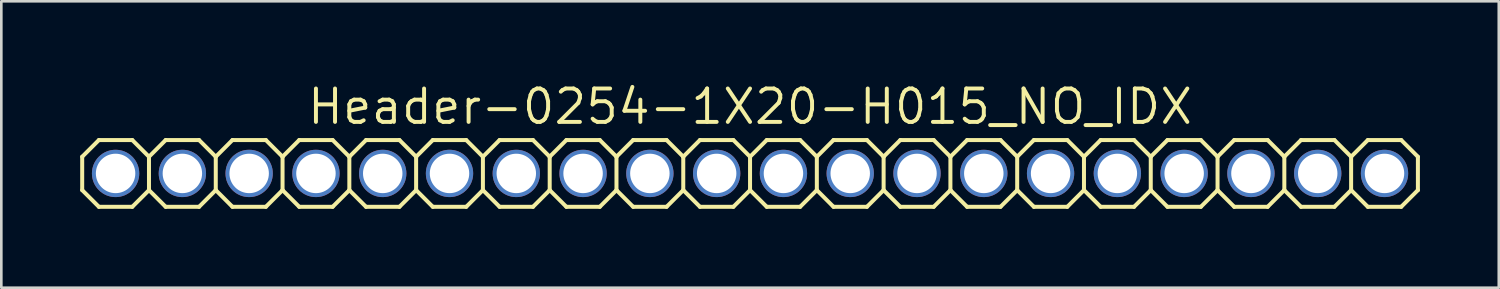
<source format=kicad_pcb>
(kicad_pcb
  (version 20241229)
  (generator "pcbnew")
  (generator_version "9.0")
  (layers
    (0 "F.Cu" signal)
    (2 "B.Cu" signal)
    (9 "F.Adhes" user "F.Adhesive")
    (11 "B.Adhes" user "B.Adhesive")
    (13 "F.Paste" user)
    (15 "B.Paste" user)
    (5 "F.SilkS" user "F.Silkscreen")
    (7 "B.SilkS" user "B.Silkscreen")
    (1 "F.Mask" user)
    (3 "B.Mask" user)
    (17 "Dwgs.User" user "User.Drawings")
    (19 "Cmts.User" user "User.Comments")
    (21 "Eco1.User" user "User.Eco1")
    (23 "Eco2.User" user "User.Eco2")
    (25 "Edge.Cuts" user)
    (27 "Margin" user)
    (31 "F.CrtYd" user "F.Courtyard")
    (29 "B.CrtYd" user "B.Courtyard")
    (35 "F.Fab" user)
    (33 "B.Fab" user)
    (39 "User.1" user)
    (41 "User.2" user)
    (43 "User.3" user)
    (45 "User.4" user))
  (footprint "Header-0254-1X20-H015_NO_IDX"
    (layer "F.Cu")
    (at 25.476 3.546)
    (property "Reference" "Header-0254-1X20-H015_NO_IDX" (at 0 -2.54 0) (layer "F.SilkS") (effects (font (size 1.27 1.27) (thickness 0.15))))
    (attr exclude_from_pos_files exclude_from_bom)
    (fp_line (start -25.4 -0.635) (end -25.4 0.635) (stroke (width 0.152) (type solid)) (layer "F.SilkS"))
    (fp_line (start -25.4 0.635) (end -24.765 1.27) (stroke (width 0.152) (type solid)) (layer "F.SilkS"))
    (fp_line (start -24.765 -1.27) (end -25.4 -0.635) (stroke (width 0.152) (type solid)) (layer "F.SilkS"))
    (fp_line (start -24.765 -1.27) (end -23.495 -1.27) (stroke (width 0.152) (type solid)) (layer "F.SilkS"))
    (fp_line (start -23.495 -1.27) (end -22.86 -0.635) (stroke (width 0.152) (type solid)) (layer "F.SilkS"))
    (fp_line (start -23.495 1.27) (end -24.765 1.27) (stroke (width 0.152) (type solid)) (layer "F.SilkS"))
    (fp_line (start -22.86 -0.635) (end -22.86 0.635) (stroke (width 0.152) (type solid)) (layer "F.SilkS"))
    (fp_line (start -22.86 -0.635) (end -22.225 -1.27) (stroke (width 0.152) (type solid)) (layer "F.SilkS"))
    (fp_line (start -22.86 0.635) (end -23.495 1.27) (stroke (width 0.152) (type solid)) (layer "F.SilkS"))
    (fp_line (start -22.225 -1.27) (end -20.955 -1.27) (stroke (width 0.152) (type solid)) (layer "F.SilkS"))
    (fp_line (start -22.225 1.27) (end -22.86 0.635) (stroke (width 0.152) (type solid)) (layer "F.SilkS"))
    (fp_line (start -20.955 -1.27) (end -20.32 -0.635) (stroke (width 0.152) (type solid)) (layer "F.SilkS"))
    (fp_line (start -20.955 1.27) (end -22.225 1.27) (stroke (width 0.152) (type solid)) (layer "F.SilkS"))
    (fp_line (start -20.32 -0.635) (end -20.32 0.635) (stroke (width 0.152) (type solid)) (layer "F.SilkS"))
    (fp_line (start -20.32 -0.635) (end -19.685 -1.27) (stroke (width 0.152) (type solid)) (layer "F.SilkS"))
    (fp_line (start -20.32 0.635) (end -20.955 1.27) (stroke (width 0.152) (type solid)) (layer "F.SilkS"))
    (fp_line (start -19.685 -1.27) (end -18.415 -1.27) (stroke (width 0.152) (type solid)) (layer "F.SilkS"))
    (fp_line (start -19.685 1.27) (end -20.32 0.635) (stroke (width 0.152) (type solid)) (layer "F.SilkS"))
    (fp_line (start -18.415 -1.27) (end -17.78 -0.635) (stroke (width 0.152) (type solid)) (layer "F.SilkS"))
    (fp_line (start -18.415 1.27) (end -19.685 1.27) (stroke (width 0.152) (type solid)) (layer "F.SilkS"))
    (fp_line (start -17.78 -0.635) (end -17.78 0.635) (stroke (width 0.152) (type solid)) (layer "F.SilkS"))
    (fp_line (start -17.78 0.635) (end -18.415 1.27) (stroke (width 0.152) (type solid)) (layer "F.SilkS"))
    (fp_line (start -17.78 0.635) (end -17.145 1.27) (stroke (width 0.152) (type solid)) (layer "F.SilkS"))
    (fp_line (start -17.145 -1.27) (end -17.78 -0.635) (stroke (width 0.152) (type solid)) (layer "F.SilkS"))
    (fp_line (start -17.145 -1.27) (end -15.875 -1.27) (stroke (width 0.152) (type solid)) (layer "F.SilkS"))
    (fp_line (start -15.875 -1.27) (end -15.24 -0.635) (stroke (width 0.152) (type solid)) (layer "F.SilkS"))
    (fp_line (start -15.875 1.27) (end -17.145 1.27) (stroke (width 0.152) (type solid)) (layer "F.SilkS"))
    (fp_line (start -15.24 -0.635) (end -15.24 0.635) (stroke (width 0.152) (type solid)) (layer "F.SilkS"))
    (fp_line (start -15.24 -0.635) (end -14.605 -1.27) (stroke (width 0.152) (type solid)) (layer "F.SilkS"))
    (fp_line (start -15.24 0.635) (end -15.875 1.27) (stroke (width 0.152) (type solid)) (layer "F.SilkS"))
    (fp_line (start -14.605 -1.27) (end -13.335 -1.27) (stroke (width 0.152) (type solid)) (layer "F.SilkS"))
    (fp_line (start -14.605 1.27) (end -15.24 0.635) (stroke (width 0.152) (type solid)) (layer "F.SilkS"))
    (fp_line (start -13.335 -1.27) (end -12.7 -0.635) (stroke (width 0.152) (type solid)) (layer "F.SilkS"))
    (fp_line (start -13.335 1.27) (end -14.605 1.27) (stroke (width 0.152) (type solid)) (layer "F.SilkS"))
    (fp_line (start -12.7 -0.635) (end -12.7 0.635) (stroke (width 0.152) (type solid)) (layer "F.SilkS"))
    (fp_line (start -12.7 -0.635) (end -12.065 -1.27) (stroke (width 0.152) (type solid)) (layer "F.SilkS"))
    (fp_line (start -12.7 0.635) (end -13.335 1.27) (stroke (width 0.152) (type solid)) (layer "F.SilkS"))
    (fp_line (start -12.065 -1.27) (end -10.795 -1.27) (stroke (width 0.152) (type solid)) (layer "F.SilkS"))
    (fp_line (start -12.065 1.27) (end -12.7 0.635) (stroke (width 0.152) (type solid)) (layer "F.SilkS"))
    (fp_line (start -10.795 -1.27) (end -10.16 -0.635) (stroke (width 0.152) (type solid)) (layer "F.SilkS"))
    (fp_line (start -10.795 1.27) (end -12.065 1.27) (stroke (width 0.152) (type solid)) (layer "F.SilkS"))
    (fp_line (start -10.16 -0.635) (end -10.16 0.635) (stroke (width 0.152) (type solid)) (layer "F.SilkS"))
    (fp_line (start -10.16 0.635) (end -10.795 1.27) (stroke (width 0.152) (type solid)) (layer "F.SilkS"))
    (fp_line (start -10.16 0.635) (end -9.525 1.27) (stroke (width 0.152) (type solid)) (layer "F.SilkS"))
    (fp_line (start -9.525 -1.27) (end -10.16 -0.635) (stroke (width 0.152) (type solid)) (layer "F.SilkS"))
    (fp_line (start -9.525 -1.27) (end -8.255 -1.27) (stroke (width 0.152) (type solid)) (layer "F.SilkS"))
    (fp_line (start -8.255 -1.27) (end -7.62 -0.635) (stroke (width 0.152) (type solid)) (layer "F.SilkS"))
    (fp_line (start -8.255 1.27) (end -9.525 1.27) (stroke (width 0.152) (type solid)) (layer "F.SilkS"))
    (fp_line (start -7.62 -0.635) (end -7.62 0.635) (stroke (width 0.152) (type solid)) (layer "F.SilkS"))
    (fp_line (start -7.62 -0.635) (end -6.985 -1.27) (stroke (width 0.152) (type solid)) (layer "F.SilkS"))
    (fp_line (start -7.62 0.635) (end -8.255 1.27) (stroke (width 0.152) (type solid)) (layer "F.SilkS"))
    (fp_line (start -6.985 -1.27) (end -5.715 -1.27) (stroke (width 0.152) (type solid)) (layer "F.SilkS"))
    (fp_line (start -6.985 1.27) (end -7.62 0.635) (stroke (width 0.152) (type solid)) (layer "F.SilkS"))
    (fp_line (start -5.715 -1.27) (end -5.08 -0.635) (stroke (width 0.152) (type solid)) (layer "F.SilkS"))
    (fp_line (start -5.715 1.27) (end -6.985 1.27) (stroke (width 0.152) (type solid)) (layer "F.SilkS"))
    (fp_line (start -5.08 -0.635) (end -5.08 0.635) (stroke (width 0.152) (type solid)) (layer "F.SilkS"))
    (fp_line (start -5.08 -0.635) (end -4.445 -1.27) (stroke (width 0.152) (type solid)) (layer "F.SilkS"))
    (fp_line (start -5.08 0.635) (end -5.715 1.27) (stroke (width 0.152) (type solid)) (layer "F.SilkS"))
    (fp_line (start -4.445 -1.27) (end -3.175 -1.27) (stroke (width 0.152) (type solid)) (layer "F.SilkS"))
    (fp_line (start -4.445 1.27) (end -5.08 0.635) (stroke (width 0.152) (type solid)) (layer "F.SilkS"))
    (fp_line (start -3.175 -1.27) (end -2.54 -0.635) (stroke (width 0.152) (type solid)) (layer "F.SilkS"))
    (fp_line (start -3.175 1.27) (end -4.445 1.27) (stroke (width 0.152) (type solid)) (layer "F.SilkS"))
    (fp_line (start -2.54 -0.635) (end -2.54 0.635) (stroke (width 0.152) (type solid)) (layer "F.SilkS"))
    (fp_line (start -2.54 0.635) (end -3.175 1.27) (stroke (width 0.152) (type solid)) (layer "F.SilkS"))
    (fp_line (start -2.54 0.635) (end -1.905 1.27) (stroke (width 0.152) (type solid)) (layer "F.SilkS"))
    (fp_line (start -1.905 -1.27) (end -2.54 -0.635) (stroke (width 0.152) (type solid)) (layer "F.SilkS"))
    (fp_line (start -1.905 -1.27) (end -0.635 -1.27) (stroke (width 0.152) (type solid)) (layer "F.SilkS"))
    (fp_line (start -0.635 -1.27) (end 0 -0.635) (stroke (width 0.152) (type solid)) (layer "F.SilkS"))
    (fp_line (start -0.635 1.27) (end -1.905 1.27) (stroke (width 0.152) (type solid)) (layer "F.SilkS"))
    (fp_line (start 0 -0.635) (end 0 0.635) (stroke (width 0.152) (type solid)) (layer "F.SilkS"))
    (fp_line (start 0 -0.635) (end 0.635 -1.27) (stroke (width 0.152) (type solid)) (layer "F.SilkS"))
    (fp_line (start 0 0.635) (end -0.635 1.27) (stroke (width 0.152) (type solid)) (layer "F.SilkS"))
    (fp_line (start 0.635 -1.27) (end 1.905 -1.27) (stroke (width 0.152) (type solid)) (layer "F.SilkS"))
    (fp_line (start 0.635 1.27) (end 0 0.635) (stroke (width 0.152) (type solid)) (layer "F.SilkS"))
    (fp_line (start 1.905 -1.27) (end 2.54 -0.635) (stroke (width 0.152) (type solid)) (layer "F.SilkS"))
    (fp_line (start 1.905 1.27) (end 0.635 1.27) (stroke (width 0.152) (type solid)) (layer "F.SilkS"))
    (fp_line (start 2.54 -0.635) (end 2.54 0.635) (stroke (width 0.152) (type solid)) (layer "F.SilkS"))
    (fp_line (start 2.54 -0.635) (end 3.175 -1.27) (stroke (width 0.152) (type solid)) (layer "F.SilkS"))
    (fp_line (start 2.54 0.635) (end 1.905 1.27) (stroke (width 0.152) (type solid)) (layer "F.SilkS"))
    (fp_line (start 3.175 -1.27) (end 4.445 -1.27) (stroke (width 0.152) (type solid)) (layer "F.SilkS"))
    (fp_line (start 3.175 1.27) (end 2.54 0.635) (stroke (width 0.152) (type solid)) (layer "F.SilkS"))
    (fp_line (start 4.445 -1.27) (end 5.08 -0.635) (stroke (width 0.152) (type solid)) (layer "F.SilkS"))
    (fp_line (start 4.445 1.27) (end 3.175 1.27) (stroke (width 0.152) (type solid)) (layer "F.SilkS"))
    (fp_line (start 5.08 -0.635) (end 5.08 0.635) (stroke (width 0.152) (type solid)) (layer "F.SilkS"))
    (fp_line (start 5.08 0.635) (end 4.445 1.27) (stroke (width 0.152) (type solid)) (layer "F.SilkS"))
    (fp_line (start 5.08 0.635) (end 5.715 1.27) (stroke (width 0.152) (type solid)) (layer "F.SilkS"))
    (fp_line (start 5.715 -1.27) (end 5.08 -0.635) (stroke (width 0.152) (type solid)) (layer "F.SilkS"))
    (fp_line (start 5.715 -1.27) (end 6.985 -1.27) (stroke (width 0.152) (type solid)) (layer "F.SilkS"))
    (fp_line (start 6.985 -1.27) (end 7.62 -0.635) (stroke (width 0.152) (type solid)) (layer "F.SilkS"))
    (fp_line (start 6.985 1.27) (end 5.715 1.27) (stroke (width 0.152) (type solid)) (layer "F.SilkS"))
    (fp_line (start 7.62 -0.635) (end 7.62 0.635) (stroke (width 0.152) (type solid)) (layer "F.SilkS"))
    (fp_line (start 7.62 -0.635) (end 8.255 -1.27) (stroke (width 0.152) (type solid)) (layer "F.SilkS"))
    (fp_line (start 7.62 0.635) (end 6.985 1.27) (stroke (width 0.152) (type solid)) (layer "F.SilkS"))
    (fp_line (start 8.255 -1.27) (end 9.525 -1.27) (stroke (width 0.152) (type solid)) (layer "F.SilkS"))
    (fp_line (start 8.255 1.27) (end 7.62 0.635) (stroke (width 0.152) (type solid)) (layer "F.SilkS"))
    (fp_line (start 9.525 -1.27) (end 10.16 -0.635) (stroke (width 0.152) (type solid)) (layer "F.SilkS"))
    (fp_line (start 9.525 1.27) (end 8.255 1.27) (stroke (width 0.152) (type solid)) (layer "F.SilkS"))
    (fp_line (start 10.16 -0.635) (end 10.16 0.635) (stroke (width 0.152) (type solid)) (layer "F.SilkS"))
    (fp_line (start 10.16 -0.635) (end 10.795 -1.27) (stroke (width 0.152) (type solid)) (layer "F.SilkS"))
    (fp_line (start 10.16 0.635) (end 9.525 1.27) (stroke (width 0.152) (type solid)) (layer "F.SilkS"))
    (fp_line (start 10.795 -1.27) (end 12.065 -1.27) (stroke (width 0.152) (type solid)) (layer "F.SilkS"))
    (fp_line (start 10.795 1.27) (end 10.16 0.635) (stroke (width 0.152) (type solid)) (layer "F.SilkS"))
    (fp_line (start 12.065 -1.27) (end 12.7 -0.635) (stroke (width 0.152) (type solid)) (layer "F.SilkS"))
    (fp_line (start 12.065 1.27) (end 10.795 1.27) (stroke (width 0.152) (type solid)) (layer "F.SilkS"))
    (fp_line (start 12.7 -0.635) (end 12.7 0.635) (stroke (width 0.152) (type solid)) (layer "F.SilkS"))
    (fp_line (start 12.7 0.635) (end 12.065 1.27) (stroke (width 0.152) (type solid)) (layer "F.SilkS"))
    (fp_line (start 12.7 0.635) (end 13.335 1.27) (stroke (width 0.152) (type solid)) (layer "F.SilkS"))
    (fp_line (start 13.335 -1.27) (end 12.7 -0.635) (stroke (width 0.152) (type solid)) (layer "F.SilkS"))
    (fp_line (start 13.335 -1.27) (end 14.605 -1.27) (stroke (width 0.152) (type solid)) (layer "F.SilkS"))
    (fp_line (start 14.605 -1.27) (end 15.24 -0.635) (stroke (width 0.152) (type solid)) (layer "F.SilkS"))
    (fp_line (start 14.605 1.27) (end 13.335 1.27) (stroke (width 0.152) (type solid)) (layer "F.SilkS"))
    (fp_line (start 15.24 -0.635) (end 15.24 0.635) (stroke (width 0.152) (type solid)) (layer "F.SilkS"))
    (fp_line (start 15.24 -0.635) (end 15.875 -1.27) (stroke (width 0.152) (type solid)) (layer "F.SilkS"))
    (fp_line (start 15.24 0.635) (end 14.605 1.27) (stroke (width 0.152) (type solid)) (layer "F.SilkS"))
    (fp_line (start 15.875 -1.27) (end 17.145 -1.27) (stroke (width 0.152) (type solid)) (layer "F.SilkS"))
    (fp_line (start 15.875 1.27) (end 15.24 0.635) (stroke (width 0.152) (type solid)) (layer "F.SilkS"))
    (fp_line (start 17.145 -1.27) (end 17.78 -0.635) (stroke (width 0.152) (type solid)) (layer "F.SilkS"))
    (fp_line (start 17.145 1.27) (end 15.875 1.27) (stroke (width 0.152) (type solid)) (layer "F.SilkS"))
    (fp_line (start 17.78 -0.635) (end 17.78 0.635) (stroke (width 0.152) (type solid)) (layer "F.SilkS"))
    (fp_line (start 17.78 -0.635) (end 18.415 -1.27) (stroke (width 0.152) (type solid)) (layer "F.SilkS"))
    (fp_line (start 17.78 0.635) (end 17.145 1.27) (stroke (width 0.152) (type solid)) (layer "F.SilkS"))
    (fp_line (start 18.415 -1.27) (end 19.685 -1.27) (stroke (width 0.152) (type solid)) (layer "F.SilkS"))
    (fp_line (start 18.415 1.27) (end 17.78 0.635) (stroke (width 0.152) (type solid)) (layer "F.SilkS"))
    (fp_line (start 19.685 -1.27) (end 20.32 -0.635) (stroke (width 0.152) (type solid)) (layer "F.SilkS"))
    (fp_line (start 19.685 1.27) (end 18.415 1.27) (stroke (width 0.152) (type solid)) (layer "F.SilkS"))
    (fp_line (start 20.32 -0.635) (end 20.32 0.635) (stroke (width 0.152) (type solid)) (layer "F.SilkS"))
    (fp_line (start 20.32 0.635) (end 19.685 1.27) (stroke (width 0.152) (type solid)) (layer "F.SilkS"))
    (fp_line (start 20.32 0.635) (end 20.955 1.27) (stroke (width 0.152) (type solid)) (layer "F.SilkS"))
    (fp_line (start 20.955 -1.27) (end 20.32 -0.635) (stroke (width 0.152) (type solid)) (layer "F.SilkS"))
    (fp_line (start 20.955 -1.27) (end 22.225 -1.27) (stroke (width 0.152) (type solid)) (layer "F.SilkS"))
    (fp_line (start 22.225 -1.27) (end 22.86 -0.635) (stroke (width 0.152) (type solid)) (layer "F.SilkS"))
    (fp_line (start 22.225 1.27) (end 20.955 1.27) (stroke (width 0.152) (type solid)) (layer "F.SilkS"))
    (fp_line (start 22.86 -0.635) (end 22.86 0.635) (stroke (width 0.152) (type solid)) (layer "F.SilkS"))
    (fp_line (start 22.86 0.635) (end 22.225 1.27) (stroke (width 0.152) (type solid)) (layer "F.SilkS"))
    (fp_line (start 22.86 0.635) (end 23.495 1.27) (stroke (width 0.152) (type solid)) (layer "F.SilkS"))
    (fp_line (start 23.495 -1.27) (end 22.86 -0.635) (stroke (width 0.152) (type solid)) (layer "F.SilkS"))
    (fp_line (start 23.495 -1.27) (end 24.765 -1.27) (stroke (width 0.152) (type solid)) (layer "F.SilkS"))
    (fp_line (start 24.765 -1.27) (end 25.4 -0.635) (stroke (width 0.152) (type solid)) (layer "F.SilkS"))
    (fp_line (start 24.765 1.27) (end 23.495 1.27) (stroke (width 0.152) (type solid)) (layer "F.SilkS"))
    (fp_line (start 25.4 -0.635) (end 25.4 0.635) (stroke (width 0.152) (type solid)) (layer "F.SilkS"))
    (fp_line (start 25.4 0.635) (end 24.765 1.27) (stroke (width 0.152) (type solid)) (layer "F.SilkS"))
    (pad "1" thru_hole circle (at -24.13 0 180) (size 1.8 1.8) (drill 1.5) (layers "*.Cu" "*.Mask"))
    (pad "2" thru_hole circle (at -21.59 0 180) (size 1.8 1.8) (drill 1.5) (layers "*.Cu" "*.Mask"))
    (pad "3" thru_hole circle (at -19.05 0 180) (size 1.8 1.8) (drill 1.5) (layers "*.Cu" "*.Mask"))
    (pad "4" thru_hole circle (at -16.51 0 180) (size 1.8 1.8) (drill 1.5) (layers "*.Cu" "*.Mask"))
    (pad "5" thru_hole circle (at -13.97 0 180) (size 1.8 1.8) (drill 1.5) (layers "*.Cu" "*.Mask"))
    (pad "6" thru_hole circle (at -11.43 0 180) (size 1.8 1.8) (drill 1.5) (layers "*.Cu" "*.Mask"))
    (pad "7" thru_hole circle (at -8.89 0 180) (size 1.8 1.8) (drill 1.5) (layers "*.Cu" "*.Mask"))
    (pad "8" thru_hole circle (at -6.35 0 180) (size 1.8 1.8) (drill 1.5) (layers "*.Cu" "*.Mask"))
    (pad "9" thru_hole circle (at -3.81 0 180) (size 1.8 1.8) (drill 1.5) (layers "*.Cu" "*.Mask"))
    (pad "10" thru_hole circle (at -1.27 0 180) (size 1.8 1.8) (drill 1.5) (layers "*.Cu" "*.Mask"))
    (pad "11" thru_hole circle (at 1.27 0 180) (size 1.8 1.8) (drill 1.5) (layers "*.Cu" "*.Mask"))
    (pad "12" thru_hole circle (at 3.81 0 180) (size 1.8 1.8) (drill 1.5) (layers "*.Cu" "*.Mask"))
    (pad "13" thru_hole circle (at 6.35 0 180) (size 1.8 1.8) (drill 1.5) (layers "*.Cu" "*.Mask"))
    (pad "14" thru_hole circle (at 8.89 0 180) (size 1.8 1.8) (drill 1.5) (layers "*.Cu" "*.Mask"))
    (pad "15" thru_hole circle (at 11.43 0 180) (size 1.8 1.8) (drill 1.5) (layers "*.Cu" "*.Mask"))
    (pad "16" thru_hole circle (at 13.97 0 180) (size 1.8 1.8) (drill 1.5) (layers "*.Cu" "*.Mask"))
    (pad "17" thru_hole circle (at 16.51 0 180) (size 1.8 1.8) (drill 1.5) (layers "*.Cu" "*.Mask"))
    (pad "18" thru_hole circle (at 19.05 0 180) (size 1.8 1.8) (drill 1.5) (layers "*.Cu" "*.Mask"))
    (pad "19" thru_hole circle (at 21.59 0 180) (size 1.8 1.8) (drill 1.5) (layers "*.Cu" "*.Mask"))
    (pad "20" thru_hole circle (at 24.13 0 180) (size 1.8 1.8) (drill 1.5) (layers "*.Cu" "*.Mask")))
  (gr_rect
    (start -3 -3)
    (end 53.952 7.892)
    (stroke (width 0.1) (type default))
    (fill no)
    (layer "Edge.Cuts")))
</source>
